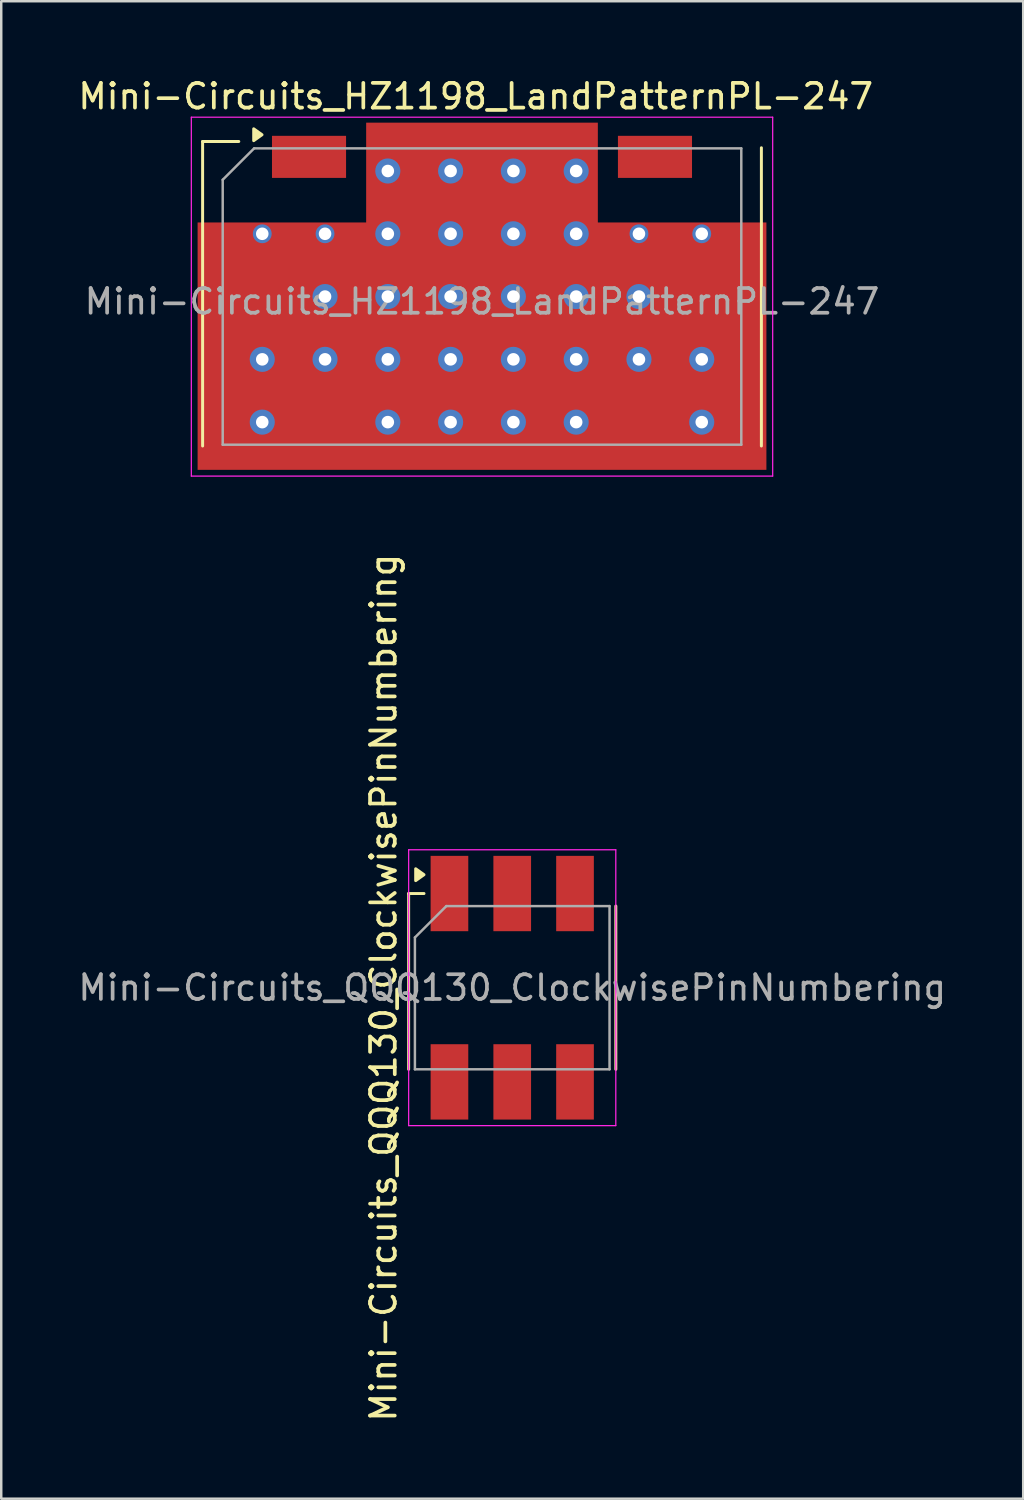
<source format=kicad_pcb>
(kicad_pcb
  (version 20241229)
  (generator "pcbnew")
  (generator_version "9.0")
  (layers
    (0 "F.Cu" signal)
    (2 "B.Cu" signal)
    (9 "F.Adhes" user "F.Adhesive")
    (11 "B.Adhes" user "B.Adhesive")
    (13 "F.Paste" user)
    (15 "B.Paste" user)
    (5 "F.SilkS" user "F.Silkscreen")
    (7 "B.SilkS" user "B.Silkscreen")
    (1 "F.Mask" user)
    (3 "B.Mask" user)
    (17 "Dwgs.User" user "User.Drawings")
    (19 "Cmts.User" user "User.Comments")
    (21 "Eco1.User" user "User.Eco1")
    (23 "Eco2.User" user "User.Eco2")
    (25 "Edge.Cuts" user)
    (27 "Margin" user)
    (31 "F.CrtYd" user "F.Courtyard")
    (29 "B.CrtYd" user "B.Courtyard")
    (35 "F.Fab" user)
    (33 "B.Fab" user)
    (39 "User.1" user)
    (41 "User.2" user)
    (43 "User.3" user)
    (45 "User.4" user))
  (footprint "Mini-Circuits_QQQ130_ClockwisePinNumbering"
    (layer "F.Cu")
    (at 17.673 36.909)
    (property "Reference" "Mini-Circuits_QQQ130_ClockwisePinNumbering" (at -5.207 0 90) (layer "F.SilkS") (effects (font (size 1 1) (thickness 0.15))))
    (attr smd)
    (fp_line (start -4.191 -3.81) (end -4.191 3.302) (stroke (width 0.12) (type solid)) (layer "F.SilkS"))
    (fp_line (start -3.57 -3.81) (end -4.191 -3.81) (stroke (width 0.12) (type solid)) (layer "F.SilkS"))
    (fp_line (start 4.191 -3.302) (end 4.191 3.302) (stroke (width 0.12) (type solid)) (layer "F.SilkS"))
    (fp_poly (pts (xy -3.57 -4.572) (xy -3.906 -4.332) (xy -3.906 -4.812) (xy -3.57 -4.572)) (stroke (width 0.12) (type solid)) (fill yes) (layer "F.SilkS"))
    (fp_line (start -4.19 5.58) (end -4.19 -5.58) (stroke (width 0.05) (type solid)) (layer "F.CrtYd"))
    (fp_line (start -4.19 5.58) (end 4.19 5.58) (stroke (width 0.05) (type solid)) (layer "F.CrtYd"))
    (fp_line (start 4.19 -5.58) (end -4.19 -5.58) (stroke (width 0.05) (type solid)) (layer "F.CrtYd"))
    (fp_line (start 4.19 -5.58) (end 4.19 5.58) (stroke (width 0.05) (type solid)) (layer "F.CrtYd"))
    (fp_line (start -3.937 3.302) (end -3.937 -2.032) (stroke (width 0.1) (type solid)) (layer "F.Fab"))
    (fp_line (start -3.937 3.302) (end 3.937 3.302) (stroke (width 0.1) (type solid)) (layer "F.Fab"))
    (fp_line (start -2.667 -3.302) (end -3.937 -2.032) (stroke (width 0.1) (type solid)) (layer "F.Fab"))
    (fp_line (start 3.937 -3.302) (end -2.667 -3.302) (stroke (width 0.1) (type solid)) (layer "F.Fab"))
    (fp_line (start 3.937 -3.302) (end 3.937 3.302) (stroke (width 0.1) (type solid)) (layer "F.Fab"))
    (fp_text user "${REFERENCE}" (at 0 0 180) (layer "F.Fab") (effects (font (size 1 1) (thickness 0.15))))
    (pad "1" smd rect (at -2.54 -3.81) (size 1.524 3.048) (layers "F.Cu" "F.Mask" "F.Paste"))
    (pad "2" smd rect (at 0 -3.81) (size 1.524 3.048) (layers "F.Cu" "F.Mask" "F.Paste"))
    (pad "3" smd rect (at 2.54 -3.81) (size 1.524 3.048) (layers "F.Cu" "F.Mask" "F.Paste"))
    (pad "4" smd rect (at 2.54 3.81) (size 1.524 3.048) (layers "F.Cu" "F.Mask" "F.Paste"))
    (pad "5" smd rect (at 0 3.81) (size 1.524 3.048) (layers "F.Cu" "F.Mask" "F.Paste"))
    (pad "6" smd rect (at -2.54 3.81) (size 1.524 3.048) (layers "F.Cu" "F.Mask" "F.Paste")))
  (footprint "Mini-Circuits_HZ1198_LandPatternPL-247"
    (layer "F.Cu")
    (at 16.45 9.151)
    (property "Reference" "Mini-Circuits_HZ1198_LandPatternPL-247" (at -0.254 -8.303 0) (layer "F.SilkS") (effects (font (size 1 1) (thickness 0.15))))
    (attr smd)
    (fp_line (start -11.303 -6.477) (end -11.303 5.842) (stroke (width 0.12) (type solid)) (layer "F.SilkS"))
    (fp_line (start -9.84 -6.477) (end -11.303 -6.477) (stroke (width 0.12) (type solid)) (layer "F.SilkS"))
    (fp_line (start 11.303 -6.223) (end 11.303 5.842) (stroke (width 0.12) (type solid)) (layer "F.SilkS"))
    (fp_poly (pts (xy -8.9 -6.75) (xy -9.236 -6.51) (xy -9.236 -6.99) (xy -8.9 -6.75)) (stroke (width 0.12) (type solid)) (fill yes) (layer "F.SilkS"))
    (fp_line (start -11.76 -7.46) (end -11.76 7.06) (stroke (width 0.05) (type solid)) (layer "F.CrtYd"))
    (fp_line (start -11.76 -7.46) (end 11.76 -7.46) (stroke (width 0.05) (type solid)) (layer "F.CrtYd"))
    (fp_line (start 11.76 7.06) (end -11.76 7.06) (stroke (width 0.05) (type solid)) (layer "F.CrtYd"))
    (fp_line (start 11.76 7.06) (end 11.76 -7.46) (stroke (width 0.05) (type solid)) (layer "F.CrtYd"))
    (fp_line (start -10.49 -4.928) (end -9.22 -6.198) (stroke (width 0.1) (type solid)) (layer "F.Fab"))
    (fp_line (start -10.49 5.791) (end -10.49 -4.928) (stroke (width 0.1) (type solid)) (layer "F.Fab"))
    (fp_line (start -9.22 -6.198) (end 10.49 -6.198) (stroke (width 0.1) (type solid)) (layer "F.Fab"))
    (fp_line (start 10.49 -6.198) (end 10.49 5.791) (stroke (width 0.1) (type solid)) (layer "F.Fab"))
    (fp_line (start 10.49 5.791) (end -10.49 5.791) (stroke (width 0.1) (type solid)) (layer "F.Fab"))
    (fp_text user "${REFERENCE}" (at 0 -0.003 0) (layer "F.Fab") (effects (font (size 1 1) (thickness 0.15))))
    (pad "1" smd rect (at -6.998 -5.855) (size 2.997 1.702) (layers "F.Cu" "F.Mask" "F.Paste"))
    (pad "2" smd rect (at 6.998 -5.855) (size 2.997 1.702) (layers "F.Cu" "F.Mask" "F.Paste"))
    (pad "3" thru_hole circle (at -8.89 -2.743) (size 0.762 0.762) (drill 0.508) (layers "*.Cu"))
    (pad "3" thru_hole circle (at -8.89 2.337) (size 1.016 1.016) (drill 0.508) (layers "*.Cu"))
    (pad "3" thru_hole circle (at -8.89 4.877) (size 1.016 1.016) (drill 0.508) (layers "*.Cu"))
    (pad "3" thru_hole circle (at -6.35 -2.743) (size 0.762 0.762) (drill 0.508) (layers "*.Cu"))
    (pad "3" thru_hole circle (at -6.35 -0.203) (size 1.016 1.016) (drill 0.508) (layers "*.Cu"))
    (pad "3" thru_hole circle (at -6.35 2.337) (size 1.016 1.016) (drill 0.508) (layers "*.Cu"))
    (pad "3" thru_hole circle (at -3.81 -5.283) (size 1.016 1.016) (drill 0.508) (layers "*.Cu"))
    (pad "3" thru_hole circle (at -3.81 -2.743) (size 1.016 1.016) (drill 0.508) (layers "*.Cu"))
    (pad "3" thru_hole circle (at -3.81 -0.203) (size 1.016 1.016) (drill 0.508) (layers "*.Cu"))
    (pad "3" thru_hole circle (at -3.81 2.337) (size 1.016 1.016) (drill 0.508) (layers "*.Cu"))
    (pad "3" thru_hole circle (at -3.81 4.877) (size 1.016 1.016) (drill 0.508) (layers "*.Cu"))
    (pad "3" thru_hole circle (at -1.27 -5.283) (size 1.016 1.016) (drill 0.508) (layers "*.Cu"))
    (pad "3" thru_hole circle (at -1.27 -2.743) (size 1.016 1.016) (drill 0.508) (layers "*.Cu"))
    (pad "3" thru_hole circle (at -1.27 -0.203) (size 1.016 1.016) (drill 0.508) (layers "*.Cu"))
    (pad "3" thru_hole circle (at -1.27 2.337) (size 1.016 1.016) (drill 0.508) (layers "*.Cu"))
    (pad "3" thru_hole circle (at -1.27 4.877) (size 1.016 1.016) (drill 0.508) (layers "*.Cu"))
    (pad "3" smd rect (at 0 -5.207) (size 9.373 4.064) (layers "F.Cu"))
    (pad "3" smd rect (at 0 1.803) (size 23.012 10.008) (layers "F.Cu"))
    (pad "3" thru_hole circle (at 1.27 -5.283) (size 1.016 1.016) (drill 0.508) (layers "*.Cu"))
    (pad "3" thru_hole circle (at 1.27 -2.743) (size 1.016 1.016) (drill 0.508) (layers "*.Cu"))
    (pad "3" thru_hole circle (at 1.27 -0.203) (size 1.016 1.016) (drill 0.508) (layers "*.Cu"))
    (pad "3" thru_hole circle (at 1.27 2.337) (size 1.016 1.016) (drill 0.508) (layers "*.Cu"))
    (pad "3" thru_hole circle (at 1.27 4.877) (size 1.016 1.016) (drill 0.508) (layers "*.Cu"))
    (pad "3" thru_hole circle (at 3.81 -5.283) (size 1.016 1.016) (drill 0.508) (layers "*.Cu"))
    (pad "3" thru_hole circle (at 3.81 -2.743) (size 1.016 1.016) (drill 0.508) (layers "*.Cu"))
    (pad "3" thru_hole circle (at 3.81 -0.203) (size 1.016 1.016) (drill 0.508) (layers "*.Cu"))
    (pad "3" thru_hole circle (at 3.81 2.337) (size 1.016 1.016) (drill 0.508) (layers "*.Cu"))
    (pad "3" thru_hole circle (at 3.81 4.877) (size 1.016 1.016) (drill 0.508) (layers "*.Cu"))
    (pad "3" thru_hole circle (at 6.35 -2.743) (size 0.762 0.762) (drill 0.508) (layers "*.Cu"))
    (pad "3" thru_hole circle (at 6.35 -0.203) (size 1.016 1.016) (drill 0.508) (layers "*.Cu"))
    (pad "3" thru_hole circle (at 6.35 2.337) (size 1.016 1.016) (drill 0.508) (layers "*.Cu"))
    (pad "3" thru_hole circle (at 8.89 -2.743) (size 0.762 0.762) (drill 0.508) (layers "*.Cu"))
    (pad "3" thru_hole circle (at 8.89 2.337) (size 1.016 1.016) (drill 0.508) (layers "*.Cu"))
    (pad "3" thru_hole circle (at 8.89 4.877) (size 1.016 1.016) (drill 0.508) (layers "*.Cu"))
    (pad "3" smd rect (at 9.779 -0.203) (size 2.438 1.981) (layers "F.Cu" "F.Mask" "F.Paste"))
    (pad "4" smd rect (at 6.896 5.055) (size 1.981 2.489) (layers "F.Cu" "F.Mask" "F.Paste"))
    (pad "5" smd rect (at -6.896 5.055) (size 1.981 2.489) (layers "F.Cu" "F.Mask" "F.Paste"))
    (pad "6" smd rect (at -9.779 -0.203) (size 2.438 1.981) (layers "F.Cu" "F.Mask" "F.Paste")))
  (gr_rect
    (start -3 -3)
    (end 38.345 57.582)
    (stroke (width 0.1) (type default))
    (fill no)
    (layer "Edge.Cuts")))
</source>
